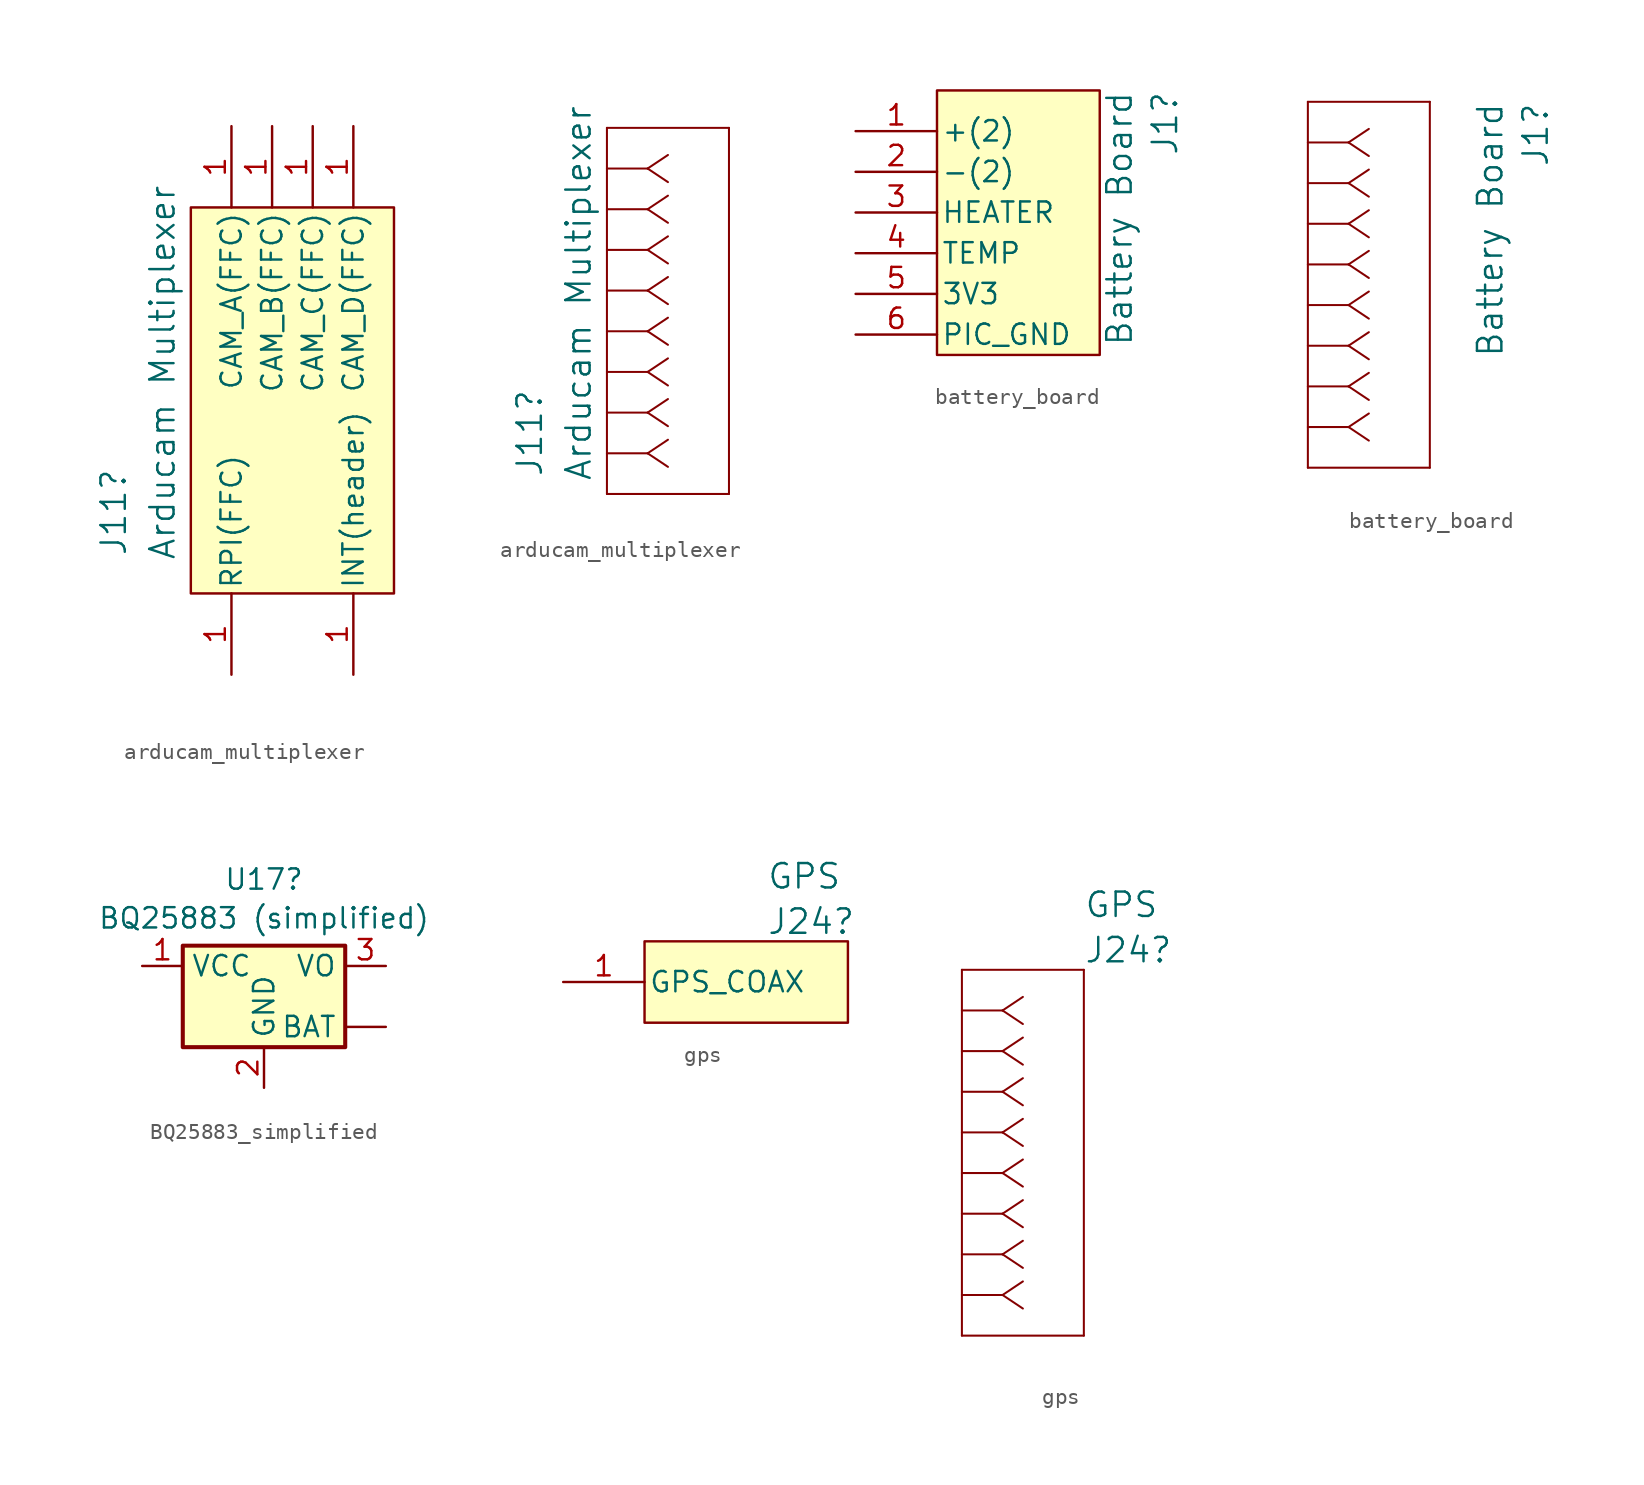
<source format=kicad_sym>
(kicad_symbol_lib
  (version 20241209)
  (generator "kicad_symbol_editor")
  (generator_version "9.0")
  (symbol "arducam_multiplexer"
    (pin_names
      (offset 0.254))
    (property "Reference" "J11"
      (at 0.254 -19.304 90)
      (effects (font (size 1.524 1.524)) (justify left)))
    (property "Value" "Arducam Multiplexer"
      (at 3.302 -19.558 90)
      (effects (font (size 1.524 1.524)) (justify left)))
    (symbol "arducam_multiplexer_1_1"
      (rectangle (start 5.08 2.54) (end 17.78 -21.59) (stroke (width 0) (type default)) (fill (type background)))
      (pin passive line (at 7.62 7.62 270) (length 5.08) (name "CAM_A(FFC)" (effects (font (size 1.27 1.27)))) (number "1" (effects (font (size 1.27 1.27)))))
      (pin passive line (at 7.62 -26.67 90) (length 5.08) (name "RPI(FFC)" (effects (font (size 1.27 1.27)))) (number "1" (effects (font (size 1.27 1.27)))))
      (pin passive line (at 10.16 7.62 270) (length 5.08) (name "CAM_B(FFC)" (effects (font (size 1.27 1.27)))) (number "1" (effects (font (size 1.27 1.27)))))
      (pin passive line (at 12.7 7.62 270) (length 5.08) (name "CAM_C(FFC)" (effects (font (size 1.27 1.27)))) (number "1" (effects (font (size 1.27 1.27)))))
      (pin passive line (at 15.24 7.62 270) (length 5.08) (name "CAM_D(FFC)" (effects (font (size 1.27 1.27)))) (number "1" (effects (font (size 1.27 1.27)))))
      (pin passive line (at 15.24 -26.67 90) (length 5.08) (name "INT(header)" (effects (font (size 1.27 1.27)))) (number "1" (effects (font (size 1.27 1.27))))))
    (symbol "arducam_multiplexer_1_2"
      (polyline (pts (xy 5.08 2.54) (xy 5.08 -20.32)) (stroke (width 0.127) (type default)) (fill (type none)))
      (polyline (pts (xy 5.08 -20.32) (xy 12.7 -20.32)) (stroke (width 0.127) (type default)) (fill (type none)))
      (polyline (pts (xy 7.62 0) (xy 5.08 0)) (stroke (width 0.127) (type default)) (fill (type none)))
      (polyline (pts (xy 7.62 0) (xy 8.89 0.847)) (stroke (width 0.127) (type default)) (fill (type none)))
      (polyline (pts (xy 7.62 0) (xy 8.89 -0.847)) (stroke (width 0.127) (type default)) (fill (type none)))
      (polyline (pts (xy 7.62 -2.54) (xy 5.08 -2.54)) (stroke (width 0.127) (type default)) (fill (type none)))
      (polyline (pts (xy 7.62 -2.54) (xy 8.89 -1.693)) (stroke (width 0.127) (type default)) (fill (type none)))
      (polyline (pts (xy 7.62 -2.54) (xy 8.89 -3.387)) (stroke (width 0.127) (type default)) (fill (type none)))
      (polyline (pts (xy 7.62 -5.08) (xy 5.08 -5.08)) (stroke (width 0.127) (type default)) (fill (type none)))
      (polyline (pts (xy 7.62 -5.08) (xy 8.89 -4.233)) (stroke (width 0.127) (type default)) (fill (type none)))
      (polyline (pts (xy 7.62 -5.08) (xy 8.89 -5.927)) (stroke (width 0.127) (type default)) (fill (type none)))
      (polyline (pts (xy 7.62 -7.62) (xy 5.08 -7.62)) (stroke (width 0.127) (type default)) (fill (type none)))
      (polyline (pts (xy 7.62 -7.62) (xy 8.89 -6.773)) (stroke (width 0.127) (type default)) (fill (type none)))
      (polyline (pts (xy 7.62 -7.62) (xy 8.89 -8.467)) (stroke (width 0.127) (type default)) (fill (type none)))
      (polyline (pts (xy 7.62 -10.16) (xy 5.08 -10.16)) (stroke (width 0.127) (type default)) (fill (type none)))
      (polyline (pts (xy 7.62 -10.16) (xy 8.89 -9.313)) (stroke (width 0.127) (type default)) (fill (type none)))
      (polyline (pts (xy 7.62 -10.16) (xy 8.89 -11.007)) (stroke (width 0.127) (type default)) (fill (type none)))
      (polyline (pts (xy 7.62 -12.7) (xy 5.08 -12.7)) (stroke (width 0.127) (type default)) (fill (type none)))
      (polyline (pts (xy 7.62 -12.7) (xy 8.89 -11.853)) (stroke (width 0.127) (type default)) (fill (type none)))
      (polyline (pts (xy 7.62 -12.7) (xy 8.89 -13.547)) (stroke (width 0.127) (type default)) (fill (type none)))
      (polyline (pts (xy 7.62 -15.24) (xy 5.08 -15.24)) (stroke (width 0.127) (type default)) (fill (type none)))
      (polyline (pts (xy 7.62 -15.24) (xy 8.89 -14.393)) (stroke (width 0.127) (type default)) (fill (type none)))
      (polyline (pts (xy 7.62 -15.24) (xy 8.89 -16.087)) (stroke (width 0.127) (type default)) (fill (type none)))
      (polyline (pts (xy 7.62 -17.78) (xy 5.08 -17.78)) (stroke (width 0.127) (type default)) (fill (type none)))
      (polyline (pts (xy 7.62 -17.78) (xy 8.89 -16.933)) (stroke (width 0.127) (type default)) (fill (type none)))
      (polyline (pts (xy 7.62 -17.78) (xy 8.89 -18.627)) (stroke (width 0.127) (type default)) (fill (type none)))
      (polyline (pts (xy 12.7 2.54) (xy 5.08 2.54)) (stroke (width 0.127) (type default)) (fill (type none)))
      (polyline (pts (xy 12.7 -20.32) (xy 12.7 2.54)) (stroke (width 0.127) (type default)) (fill (type none)))))
  (symbol "battery_board"
    (pin_names
      (offset 0.254))
    (property "Reference" "J1"
      (at 19.304 2.54 90)
      (effects (font (size 1.524 1.524)) (justify right)))
    (property "Value" "Battery Board"
      (at 16.471 2.54 90)
      (effects (font (size 1.524 1.524)) (justify right)))
    (symbol "battery_board_1_1"
      (rectangle (start 5.08 2.54) (end 15.24 -13.97) (stroke (width 0) (type default)) (fill (type background)))
      (pin passive line (at 0 0 0) (length 5.08) (name "+(2)" (effects (font (size 1.27 1.27)))) (number "1" (effects (font (size 1.27 1.27)))))
      (pin passive line (at 0 -2.54 0) (length 5.08) (name "-(2)" (effects (font (size 1.27 1.27)))) (number "2" (effects (font (size 1.27 1.27)))))
      (pin passive line (at 0 -5.08 0) (length 5.08) (name "HEATER" (effects (font (size 1.27 1.27)))) (number "3" (effects (font (size 1.27 1.27)))))
      (pin passive line (at 0 -7.62 0) (length 5.08) (name "TEMP" (effects (font (size 1.27 1.27)))) (number "4" (effects (font (size 1.27 1.27)))))
      (pin passive line (at 0 -10.16 0) (length 5.08) (name "3V3" (effects (font (size 1.27 1.27)))) (number "5" (effects (font (size 1.27 1.27)))))
      (pin passive line (at 0 -12.7 0) (length 5.08) (name "PIC_GND" (effects (font (size 1.27 1.27)))) (number "6" (effects (font (size 1.27 1.27))))))
    (symbol "battery_board_1_2"
      (polyline (pts (xy 5.08 2.54) (xy 5.08 -20.32)) (stroke (width 0.127) (type default)) (fill (type none)))
      (polyline (pts (xy 5.08 -20.32) (xy 12.7 -20.32)) (stroke (width 0.127) (type default)) (fill (type none)))
      (polyline (pts (xy 7.62 0) (xy 5.08 0)) (stroke (width 0.127) (type default)) (fill (type none)))
      (polyline (pts (xy 7.62 0) (xy 8.89 0.847)) (stroke (width 0.127) (type default)) (fill (type none)))
      (polyline (pts (xy 7.62 0) (xy 8.89 -0.847)) (stroke (width 0.127) (type default)) (fill (type none)))
      (polyline (pts (xy 7.62 -2.54) (xy 5.08 -2.54)) (stroke (width 0.127) (type default)) (fill (type none)))
      (polyline (pts (xy 7.62 -2.54) (xy 8.89 -1.693)) (stroke (width 0.127) (type default)) (fill (type none)))
      (polyline (pts (xy 7.62 -2.54) (xy 8.89 -3.387)) (stroke (width 0.127) (type default)) (fill (type none)))
      (polyline (pts (xy 7.62 -5.08) (xy 5.08 -5.08)) (stroke (width 0.127) (type default)) (fill (type none)))
      (polyline (pts (xy 7.62 -5.08) (xy 8.89 -4.233)) (stroke (width 0.127) (type default)) (fill (type none)))
      (polyline (pts (xy 7.62 -5.08) (xy 8.89 -5.927)) (stroke (width 0.127) (type default)) (fill (type none)))
      (polyline (pts (xy 7.62 -7.62) (xy 5.08 -7.62)) (stroke (width 0.127) (type default)) (fill (type none)))
      (polyline (pts (xy 7.62 -7.62) (xy 8.89 -6.773)) (stroke (width 0.127) (type default)) (fill (type none)))
      (polyline (pts (xy 7.62 -7.62) (xy 8.89 -8.467)) (stroke (width 0.127) (type default)) (fill (type none)))
      (polyline (pts (xy 7.62 -10.16) (xy 5.08 -10.16)) (stroke (width 0.127) (type default)) (fill (type none)))
      (polyline (pts (xy 7.62 -10.16) (xy 8.89 -9.313)) (stroke (width 0.127) (type default)) (fill (type none)))
      (polyline (pts (xy 7.62 -10.16) (xy 8.89 -11.007)) (stroke (width 0.127) (type default)) (fill (type none)))
      (polyline (pts (xy 7.62 -12.7) (xy 5.08 -12.7)) (stroke (width 0.127) (type default)) (fill (type none)))
      (polyline (pts (xy 7.62 -12.7) (xy 8.89 -11.853)) (stroke (width 0.127) (type default)) (fill (type none)))
      (polyline (pts (xy 7.62 -12.7) (xy 8.89 -13.547)) (stroke (width 0.127) (type default)) (fill (type none)))
      (polyline (pts (xy 7.62 -15.24) (xy 5.08 -15.24)) (stroke (width 0.127) (type default)) (fill (type none)))
      (polyline (pts (xy 7.62 -15.24) (xy 8.89 -14.393)) (stroke (width 0.127) (type default)) (fill (type none)))
      (polyline (pts (xy 7.62 -15.24) (xy 8.89 -16.087)) (stroke (width 0.127) (type default)) (fill (type none)))
      (polyline (pts (xy 7.62 -17.78) (xy 5.08 -17.78)) (stroke (width 0.127) (type default)) (fill (type none)))
      (polyline (pts (xy 7.62 -17.78) (xy 8.89 -16.933)) (stroke (width 0.127) (type default)) (fill (type none)))
      (polyline (pts (xy 7.62 -17.78) (xy 8.89 -18.627)) (stroke (width 0.127) (type default)) (fill (type none)))
      (polyline (pts (xy 12.7 2.54) (xy 5.08 2.54)) (stroke (width 0.127) (type default)) (fill (type none)))
      (polyline (pts (xy 12.7 -20.32) (xy 12.7 2.54)) (stroke (width 0.127) (type default)) (fill (type none)))))
  (symbol "BQ25883_simplified"
    (property "Reference" "U17"
      (at 0 5.415 0)
      (effects (font (size 1.27 1.27))))
    (property "Value" "BQ25883 (simplified)"
      (at 0 2.99 0)
      (effects (font (size 1.27 1.27))))
    (symbol "BQ25883_simplified_1_1"
      (rectangle (start -5.08 -5.08) (end 5.08 1.27) (stroke (width 0.254) (type default)) (fill (type background)))
      (pin power_in line (at -7.62 0 0) (length 2.54) (name "VCC" (effects (font (size 1.27 1.27)))) (number "1" (effects (font (size 1.27 1.27)))))
      (pin power_in line (at 0 -7.62 90) (length 2.54) (name "GND" (effects (font (size 1.27 1.27)))) (number "2" (effects (font (size 1.27 1.27)))))
      (pin power_out line (at 7.62 0 180) (length 2.54) (name "VO" (effects (font (size 1.27 1.27)))) (number "3" (effects (font (size 1.27 1.27)))))
      (pin output line (at 7.62 -3.81 180) (length 2.54) (name "BAT" (effects (font (size 1.27 1.27)))) (number "" (effects (font (size 1.27 1.27)))))))
  (symbol "gps"
    (pin_names
      (offset 0.254))
    (property "Reference" "J24"
      (at 12.7 3.771 0)
      (effects (font (size 1.524 1.524)) (justify left)))
    (property "Value" "GPS"
      (at 12.7 6.604 0)
      (effects (font (size 1.524 1.524)) (justify left)))
    (symbol "gps_1_1"
      (rectangle (start 5.08 2.54) (end 17.78 -2.54) (stroke (width 0) (type default)) (fill (type background)))
      (pin passive line (at 0 0 0) (length 5.08) (name "GPS_COAX" (effects (font (size 1.27 1.27)))) (number "1" (effects (font (size 1.27 1.27))))))
    (symbol "gps_1_2"
      (polyline (pts (xy 5.08 2.54) (xy 5.08 -20.32)) (stroke (width 0.127) (type default)) (fill (type none)))
      (polyline (pts (xy 5.08 -20.32) (xy 12.7 -20.32)) (stroke (width 0.127) (type default)) (fill (type none)))
      (polyline (pts (xy 7.62 0) (xy 5.08 0)) (stroke (width 0.127) (type default)) (fill (type none)))
      (polyline (pts (xy 7.62 0) (xy 8.89 0.847)) (stroke (width 0.127) (type default)) (fill (type none)))
      (polyline (pts (xy 7.62 0) (xy 8.89 -0.847)) (stroke (width 0.127) (type default)) (fill (type none)))
      (polyline (pts (xy 7.62 -2.54) (xy 5.08 -2.54)) (stroke (width 0.127) (type default)) (fill (type none)))
      (polyline (pts (xy 7.62 -2.54) (xy 8.89 -1.693)) (stroke (width 0.127) (type default)) (fill (type none)))
      (polyline (pts (xy 7.62 -2.54) (xy 8.89 -3.387)) (stroke (width 0.127) (type default)) (fill (type none)))
      (polyline (pts (xy 7.62 -5.08) (xy 5.08 -5.08)) (stroke (width 0.127) (type default)) (fill (type none)))
      (polyline (pts (xy 7.62 -5.08) (xy 8.89 -4.233)) (stroke (width 0.127) (type default)) (fill (type none)))
      (polyline (pts (xy 7.62 -5.08) (xy 8.89 -5.927)) (stroke (width 0.127) (type default)) (fill (type none)))
      (polyline (pts (xy 7.62 -7.62) (xy 5.08 -7.62)) (stroke (width 0.127) (type default)) (fill (type none)))
      (polyline (pts (xy 7.62 -7.62) (xy 8.89 -6.773)) (stroke (width 0.127) (type default)) (fill (type none)))
      (polyline (pts (xy 7.62 -7.62) (xy 8.89 -8.467)) (stroke (width 0.127) (type default)) (fill (type none)))
      (polyline (pts (xy 7.62 -10.16) (xy 5.08 -10.16)) (stroke (width 0.127) (type default)) (fill (type none)))
      (polyline (pts (xy 7.62 -10.16) (xy 8.89 -9.313)) (stroke (width 0.127) (type default)) (fill (type none)))
      (polyline (pts (xy 7.62 -10.16) (xy 8.89 -11.007)) (stroke (width 0.127) (type default)) (fill (type none)))
      (polyline (pts (xy 7.62 -12.7) (xy 5.08 -12.7)) (stroke (width 0.127) (type default)) (fill (type none)))
      (polyline (pts (xy 7.62 -12.7) (xy 8.89 -11.853)) (stroke (width 0.127) (type default)) (fill (type none)))
      (polyline (pts (xy 7.62 -12.7) (xy 8.89 -13.547)) (stroke (width 0.127) (type default)) (fill (type none)))
      (polyline (pts (xy 7.62 -15.24) (xy 5.08 -15.24)) (stroke (width 0.127) (type default)) (fill (type none)))
      (polyline (pts (xy 7.62 -15.24) (xy 8.89 -14.393)) (stroke (width 0.127) (type default)) (fill (type none)))
      (polyline (pts (xy 7.62 -15.24) (xy 8.89 -16.087)) (stroke (width 0.127) (type default)) (fill (type none)))
      (polyline (pts (xy 7.62 -17.78) (xy 5.08 -17.78)) (stroke (width 0.127) (type default)) (fill (type none)))
      (polyline (pts (xy 7.62 -17.78) (xy 8.89 -16.933)) (stroke (width 0.127) (type default)) (fill (type none)))
      (polyline (pts (xy 7.62 -17.78) (xy 8.89 -18.627)) (stroke (width 0.127) (type default)) (fill (type none)))
      (polyline (pts (xy 12.7 2.54) (xy 5.08 2.54)) (stroke (width 0.127) (type default)) (fill (type none)))
      (polyline (pts (xy 12.7 -20.32) (xy 12.7 2.54)) (stroke (width 0.127) (type default)) (fill (type none))))))
</source>
